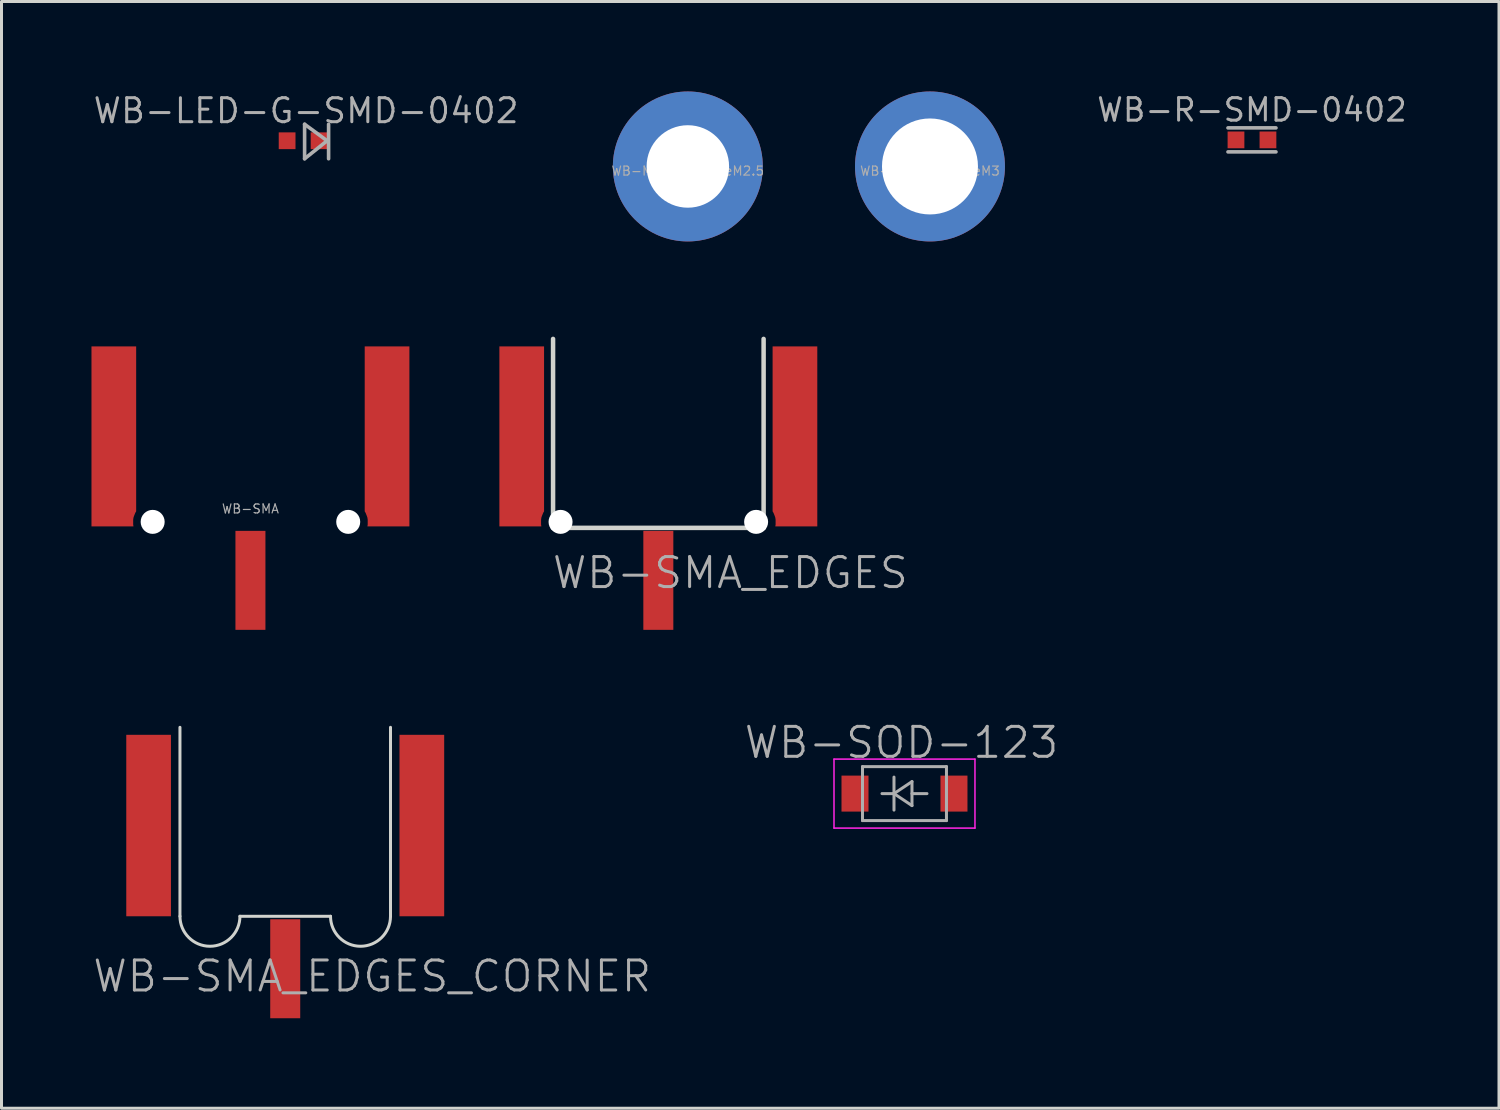
<source format=kicad_pcb>
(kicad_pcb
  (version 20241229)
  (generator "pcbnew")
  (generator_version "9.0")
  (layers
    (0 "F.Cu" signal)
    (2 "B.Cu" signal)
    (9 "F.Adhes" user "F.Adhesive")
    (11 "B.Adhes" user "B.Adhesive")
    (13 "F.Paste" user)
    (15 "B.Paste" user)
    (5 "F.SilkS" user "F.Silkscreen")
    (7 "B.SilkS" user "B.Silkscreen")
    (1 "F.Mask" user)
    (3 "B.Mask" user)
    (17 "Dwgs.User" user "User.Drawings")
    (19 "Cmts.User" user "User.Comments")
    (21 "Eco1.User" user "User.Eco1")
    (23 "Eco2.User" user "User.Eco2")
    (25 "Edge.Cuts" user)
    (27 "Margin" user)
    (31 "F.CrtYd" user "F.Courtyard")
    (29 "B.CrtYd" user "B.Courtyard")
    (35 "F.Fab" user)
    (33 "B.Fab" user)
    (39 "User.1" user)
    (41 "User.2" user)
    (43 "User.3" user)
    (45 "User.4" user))
  (footprint "WB-MountingHoleM3"
    (layer "F.Cu")
    (at 27.957 2.5)
    (property "Reference" "WB-MountingHoleM3" (at 0 0.15 0) (layer "F.Fab") (effects (font (size 0.3 0.3) (thickness 0.04))))
    (attr smd)
    (pad "" thru_hole circle (at 0 0) (size 5 5) (drill 3.2) (layers "*.Cu" "*.Mask")))
  (footprint "WB-SMA_EDGES"
    (layer "F.Cu")
    (at 18.9 8.25)
    (property "Reference" "WB-SMA_EDGES" (at 2.4 7.8 0) (layer "F.Fab") (effects (font (size 1 1) (thickness 0.1))))
    (attr smd)
    (fp_line (start -3.5 0) (end -3.5 5.73) (stroke (width 0.1) (type solid)) (layer "Eco1.User"))
    (fp_line (start -2.861 6.3) (end 2.861 6.3) (stroke (width 0.1) (type solid)) (layer "Eco1.User"))
    (fp_line (start 3.51 0) (end 3.51 5.73) (stroke (width 0.1) (type solid)) (layer "Eco1.User"))
    (fp_arc (start -2.860562 6.299623) (mid -3.55445 6.435708) (end -3.51 5.73) (stroke (width 0.1) (type solid)) (layer "Eco1.User"))
    (fp_arc (start 3.51 5.73) (mid 3.554449 6.435707) (end 2.860562 6.299623) (stroke (width 0.1) (type solid)) (layer "Eco1.User"))
    (fp_line (start -3.51 0) (end -3.51 6.3) (stroke (width 0.15) (type solid)) (layer "Edge.Cuts"))
    (fp_line (start -3.51 6.3) (end 3.51 6.3) (stroke (width 0.15) (type solid)) (layer "Edge.Cuts"))
    (fp_line (start 3.51 0) (end 3.51 6.3) (stroke (width 0.15) (type solid)) (layer "Edge.Cuts"))
    (pad "" np_thru_hole circle (at -3.26 6.1) (size 0.8 0.8) (drill 0.8) (layers "*.Cu"))
    (pad "" np_thru_hole circle (at 3.26 6.1) (size 0.8 0.8) (drill 0.8) (layers "*.Cu"))
    (pad "1" smd rect (at 0 8.05) (size 1 3.3) (layers "F.Cu" "F.Mask" "F.Paste"))
    (pad "2" smd custom (at -4.555 2.85) (size 1.49 5.2) (layers "F.Cu" "F.Mask" "F.Paste") (options (anchor rect)) (primitives (gr_poly (pts (xy 0.745 2.55) (xy 0.745 2.9) (xy 0.715 2.95) (xy 0.695 3) (xy 0.675 3.05) (xy 0.655 3.11) (xy 0.645 3.18) (xy 0.645 3.25) (xy 0.645 3.34) (xy 0.655 3.4) (xy -0.745 3.4) (xy -0.745 2.55)) (width 0) (fill yes))))
    (pad "2" smd custom (at 4.555 2.85) (size 1.49 5.2) (layers "F.Cu" "F.Mask" "F.Paste") (options (anchor rect)) (primitives (gr_poly (pts (xy -0.745 2.55) (xy -0.745 2.9) (xy -0.715 2.95) (xy -0.695 3) (xy -0.675 3.05) (xy -0.655 3.11) (xy -0.645 3.18) (xy -0.645 3.25) (xy -0.645 3.34) (xy -0.655 3.4) (xy 0.745 3.4) (xy 0.745 2.55)) (width 0) (fill yes)))))
  (footprint "WB-SMA_EDGES_CORNER"
    (layer "F.Cu")
    (at 6.46 21.2)
    (property "Reference" "WB-SMA_EDGES_CORNER" (at 2.9 8.3 0) (layer "F.Fab") (effects (font (size 1 1) (thickness 0.1))))
    (attr smd)
    (fp_line (start -3.51 0) (end -3.51 6.3) (stroke (width 0.1) (type solid)) (layer "Eco1.User"))
    (fp_line (start -1.51 6.3) (end 1.51 6.3) (stroke (width 0.1) (type solid)) (layer "Eco1.User"))
    (fp_line (start 3.51 0) (end 3.51 6.3) (stroke (width 0.1) (type solid)) (layer "Eco1.User"))
    (fp_arc (start -1.510038 6.308727) (mid -2.514364 7.299991) (end -3.51 6.3) (stroke (width 0.1) (type solid)) (layer "Eco1.User"))
    (fp_arc (start 3.509962 6.308727) (mid 2.505636 7.299991) (end 1.51 6.3) (stroke (width 0.1) (type solid)) (layer "Eco1.User"))
    (fp_line (start -3.51 0) (end -3.51 6.3) (stroke (width 0.1) (type solid)) (layer "Edge.Cuts"))
    (fp_line (start -1.51 6.3) (end 1.51 6.3) (stroke (width 0.1) (type solid)) (layer "Edge.Cuts"))
    (fp_line (start 3.51 0) (end 3.51 6.3) (stroke (width 0.1) (type solid)) (layer "Edge.Cuts"))
    (fp_arc (start -1.51 6.3) (mid -2.51 7.3) (end -3.51 6.3) (stroke (width 0.1) (type solid)) (layer "Edge.Cuts"))
    (fp_arc (start 3.51 6.3) (mid 2.51 7.3) (end 1.51 6.3) (stroke (width 0.1) (type solid)) (layer "Edge.Cuts"))
    (pad "1" smd rect (at 0 8.05) (size 1 3.3) (layers "F.Cu" "F.Mask" "F.Paste"))
    (pad "2" smd rect (at -4.555 3.275) (size 1.49 6.05) (layers "F.Cu" "F.Mask" "F.Paste"))
    (pad "2" smd rect (at 4.555 3.275) (size 1.49 6.05) (layers "F.Cu" "F.Mask" "F.Paste")))
  (footprint "WB-MountingHoleM2.5"
    (layer "F.Cu")
    (at 19.884 2.5)
    (property "Reference" "WB-MountingHoleM2.5" (at 0 0.15 0) (layer "F.Fab") (effects (font (size 0.3 0.3) (thickness 0.04))))
    (attr through_hole)
    (pad "" thru_hole circle (at 0 0) (size 5 5) (drill 2.75) (layers "*.Cu" "*.Mask")))
  (footprint "WB-SMA"
    (layer "F.Cu")
    (at 5.3 8.25)
    (property "Reference" "WB-SMA" (at 0 5.665 0) (layer "F.Fab") (effects (font (size 0.3 0.3) (thickness 0.04))))
    (attr smd)
    (fp_line (start -3.51 0) (end -3.51 5.73) (stroke (width 0.1) (type solid)) (layer "Eco1.User"))
    (fp_line (start -2.861 6.3) (end 2.861 6.3) (stroke (width 0.1) (type solid)) (layer "Eco1.User"))
    (fp_line (start 3.51 0) (end 3.51 5.73) (stroke (width 0.1) (type solid)) (layer "Eco1.User"))
    (fp_arc (start -2.860562 6.299623) (mid -3.55445 6.435708) (end -3.51 5.73) (stroke (width 0.1) (type solid)) (layer "Eco1.User"))
    (fp_arc (start 3.51 5.73) (mid 3.554449 6.435707) (end 2.860562 6.299623) (stroke (width 0.1) (type solid)) (layer "Eco1.User"))
    (pad "" np_thru_hole circle (at -3.26 6.1) (size 0.8 0.8) (drill 0.8) (layers "*.Cu"))
    (pad "" np_thru_hole circle (at 3.26 6.1) (size 0.8 0.8) (drill 0.8) (layers "*.Cu"))
    (pad "1" smd rect (at 0 8.05) (size 1 3.3) (layers "F.Cu" "F.Mask" "F.Paste"))
    (pad "2" smd custom (at -4.555 2.85) (size 1.49 5.2) (layers "F.Cu" "F.Mask" "F.Paste") (options (anchor rect)) (primitives (gr_poly (pts (xy 0.745 2.55) (xy 0.745 2.9) (xy 0.715 2.95) (xy 0.695 3) (xy 0.675 3.05) (xy 0.655 3.11) (xy 0.645 3.18) (xy 0.645 3.25) (xy 0.645 3.34) (xy 0.655 3.4) (xy -0.745 3.4) (xy -0.745 2.55)) (width 0) (fill yes))))
    (pad "2" smd custom (at 4.555 2.85) (size 1.49 5.2) (layers "F.Cu" "F.Mask" "F.Paste") (options (anchor rect)) (primitives (gr_poly (pts (xy -0.745 2.55) (xy -0.745 2.9) (xy -0.715 2.95) (xy -0.695 3) (xy -0.675 3.05) (xy -0.655 3.11) (xy -0.645 3.18) (xy -0.645 3.25) (xy -0.645 3.34) (xy -0.655 3.4) (xy 0.745 3.4) (xy 0.745 2.55)) (width 0) (fill yes)))))
  (footprint "WB-SOD-123"
    (layer "F.Cu")
    (at 27.107 23.41)
    (property "Reference" "WB-SOD-123" (at -0.1 -1.7 0) (layer "F.Fab") (effects (font (size 1 1) (thickness 0.1))))
    (attr smd)
    (fp_line (start -2.25 -1) (end -2.25 1) (stroke (width 0.12) (type solid)) (layer "Eco1.User"))
    (fp_line (start -2.25 -1) (end 1.65 -1) (stroke (width 0.12) (type solid)) (layer "Eco1.User"))
    (fp_line (start -2.25 1) (end 1.65 1) (stroke (width 0.12) (type solid)) (layer "Eco1.User"))
    (fp_line (start -2.35 -1.15) (end -2.35 1.15) (stroke (width 0.05) (type solid)) (layer "F.CrtYd"))
    (fp_line (start -2.35 -1.15) (end 2.35 -1.15) (stroke (width 0.05) (type solid)) (layer "F.CrtYd"))
    (fp_line (start 2.35 -1.15) (end 2.35 1.15) (stroke (width 0.05) (type solid)) (layer "F.CrtYd"))
    (fp_line (start 2.35 1.15) (end -2.35 1.15) (stroke (width 0.05) (type solid)) (layer "F.CrtYd"))
    (fp_line (start -1.4 -0.9) (end 1.4 -0.9) (stroke (width 0.1) (type solid)) (layer "F.Fab"))
    (fp_line (start -1.4 0.9) (end -1.4 -0.9) (stroke (width 0.1) (type solid)) (layer "F.Fab"))
    (fp_line (start -0.75 0) (end -0.35 0) (stroke (width 0.1) (type solid)) (layer "F.Fab"))
    (fp_line (start -0.35 0) (end -0.35 -0.55) (stroke (width 0.1) (type solid)) (layer "F.Fab"))
    (fp_line (start -0.35 0) (end -0.35 0.55) (stroke (width 0.1) (type solid)) (layer "F.Fab"))
    (fp_line (start -0.35 0) (end 0.25 -0.4) (stroke (width 0.1) (type solid)) (layer "F.Fab"))
    (fp_line (start 0.25 -0.4) (end 0.25 0.4) (stroke (width 0.1) (type solid)) (layer "F.Fab"))
    (fp_line (start 0.25 0) (end 0.75 0) (stroke (width 0.1) (type solid)) (layer "F.Fab"))
    (fp_line (start 0.25 0.4) (end -0.35 0) (stroke (width 0.1) (type solid)) (layer "F.Fab"))
    (fp_line (start 1.4 -0.9) (end 1.4 0.9) (stroke (width 0.1) (type solid)) (layer "F.Fab"))
    (fp_line (start 1.4 0.9) (end -1.4 0.9) (stroke (width 0.1) (type solid)) (layer "F.Fab"))
    (pad "1" smd rect (at -1.65 0) (size 0.9 1.2) (layers "F.Cu" "F.Mask" "F.Paste"))
    (pad "2" smd rect (at 1.65 0) (size 0.9 1.2) (layers "F.Cu" "F.Mask" "F.Paste")))
  (footprint "WB-R-SMD-0402"
    (layer "F.Cu")
    (at 38.693 1.614)
    (property "Reference" "WB-R-SMD-0402" (at 0 -1 0) (layer "F.Fab") (effects (font (size 0.75 0.75) (thickness 0.1))))
    (attr smd)
    (fp_line (start -1.003 -0.47) (end 1.003 -0.47) (stroke (width 0.127) (type solid)) (layer "Eco1.User"))
    (fp_line (start -1.003 0.47) (end -1.003 -0.47) (stroke (width 0.127) (type solid)) (layer "Eco1.User"))
    (fp_line (start 1.003 -0.47) (end 1.003 0.47) (stroke (width 0.127) (type solid)) (layer "Eco1.User"))
    (fp_line (start 1.003 0.47) (end -1.003 0.47) (stroke (width 0.127) (type solid)) (layer "Eco1.User"))
    (fp_line (start -0.8 0.4) (end 0.8 0.4) (stroke (width 0.12) (type solid)) (layer "F.Fab"))
    (fp_line (start 0.8 -0.4) (end -0.8 -0.4) (stroke (width 0.12) (type solid)) (layer "F.Fab"))
    (pad "1" smd rect (at -0.533 0) (size 0.559 0.559) (layers "F.Cu" "F.Mask" "F.Paste"))
    (pad "2" smd rect (at 0.533 0) (size 0.559 0.559) (layers "F.Cu" "F.Mask" "F.Paste")))
  (footprint "WB-LED-G-SMD-0402"
    (layer "F.Cu")
    (at 7.056 1.643)
    (property "Reference" "WB-LED-G-SMD-0402" (at 0.1 -1 0) (layer "F.Fab") (effects (font (size 0.8 0.8) (thickness 0.1))))
    (attr smd)
    (fp_line (start -1.003 -0.47) (end 1.003 -0.47) (stroke (width 0.15) (type solid)) (layer "Eco1.User"))
    (fp_line (start -1.003 0.47) (end -1.003 -0.47) (stroke (width 0.15) (type solid)) (layer "Eco1.User"))
    (fp_line (start 1.003 -0.47) (end 1.206 -0.47) (stroke (width 0.15) (type solid)) (layer "Eco1.User"))
    (fp_line (start 1.003 0.47) (end -1.003 0.47) (stroke (width 0.15) (type solid)) (layer "Eco1.User"))
    (fp_line (start 1.206 -0.47) (end 1.206 0.47) (stroke (width 0.15) (type solid)) (layer "Eco1.User"))
    (fp_line (start 1.206 0.47) (end 1.003 0.47) (stroke (width 0.15) (type solid)) (layer "Eco1.User"))
    (fp_line (start 0.05 -0.55) (end 0.05 0.6) (stroke (width 0.12) (type solid)) (layer "F.Fab"))
    (fp_line (start 0.05 0.6) (end 0.8 0) (stroke (width 0.12) (type solid)) (layer "F.Fab"))
    (fp_line (start 0.8 0) (end 0.05 -0.55) (stroke (width 0.12) (type solid)) (layer "F.Fab"))
    (fp_line (start 0.85 -0.55) (end 0.85 0.6) (stroke (width 0.12) (type solid)) (layer "F.Fab"))
    (pad "1" smd rect (at 0.533 0) (size 0.559 0.559) (layers "F.Cu" "F.Mask" "F.Paste"))
    (pad "2" smd rect (at -0.533 0) (size 0.559 0.559) (layers "F.Cu" "F.Mask" "F.Paste")))
  (gr_rect
    (start -3 -3)
    (end 46.929 33.9)
    (stroke (width 0.1) (type default))
    (fill no)
    (layer "Edge.Cuts")))
</source>
